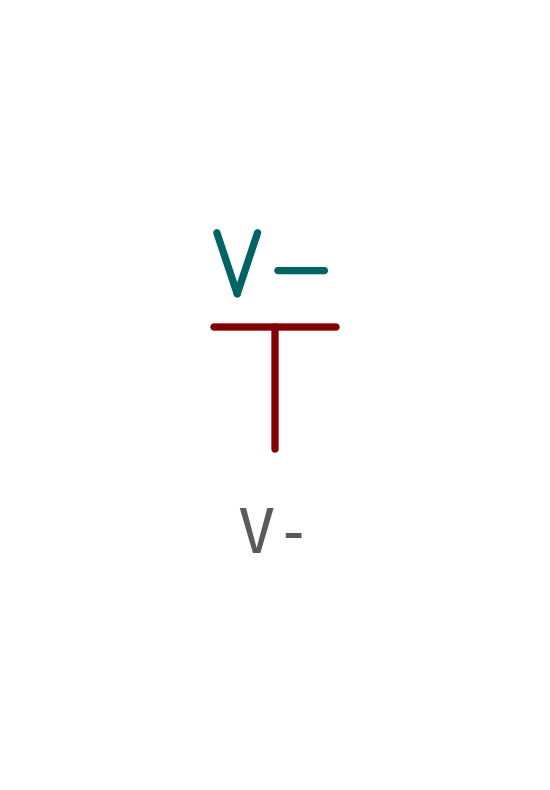
<source format=kicad_sym>
(kicad_symbol_lib
  (version 20220914)
  (generator kicad_symbol_editor)
  (symbol "V-"
    (power)
    (pin_names
      (offset 0))
    (property "Reference" "#PWR"
      (at 0 -3.81 0)
      (effects (font (size 1.27 1.27)) hide))
    (property "Value" "V-"
      (at 0 3.81 0)
      (effects (font (size 1.27 1.27))))
    (symbol "V-_1_1"
      (polyline (pts (xy -1.27 2.54) (xy 1.27 2.54)) (stroke (width 0) (type solid)) (fill (type none)))
      (polyline (pts (xy 0 0) (xy 0 2.54)) (stroke (width 0) (type solid)) (fill (type none)))
      (pin power_in line (at 0 0 90) (length 0) hide (name "V-" (effects (font (size 1.27 1.27)))) (number "1" (effects (font (size 1.27 1.27))))))))
</source>
